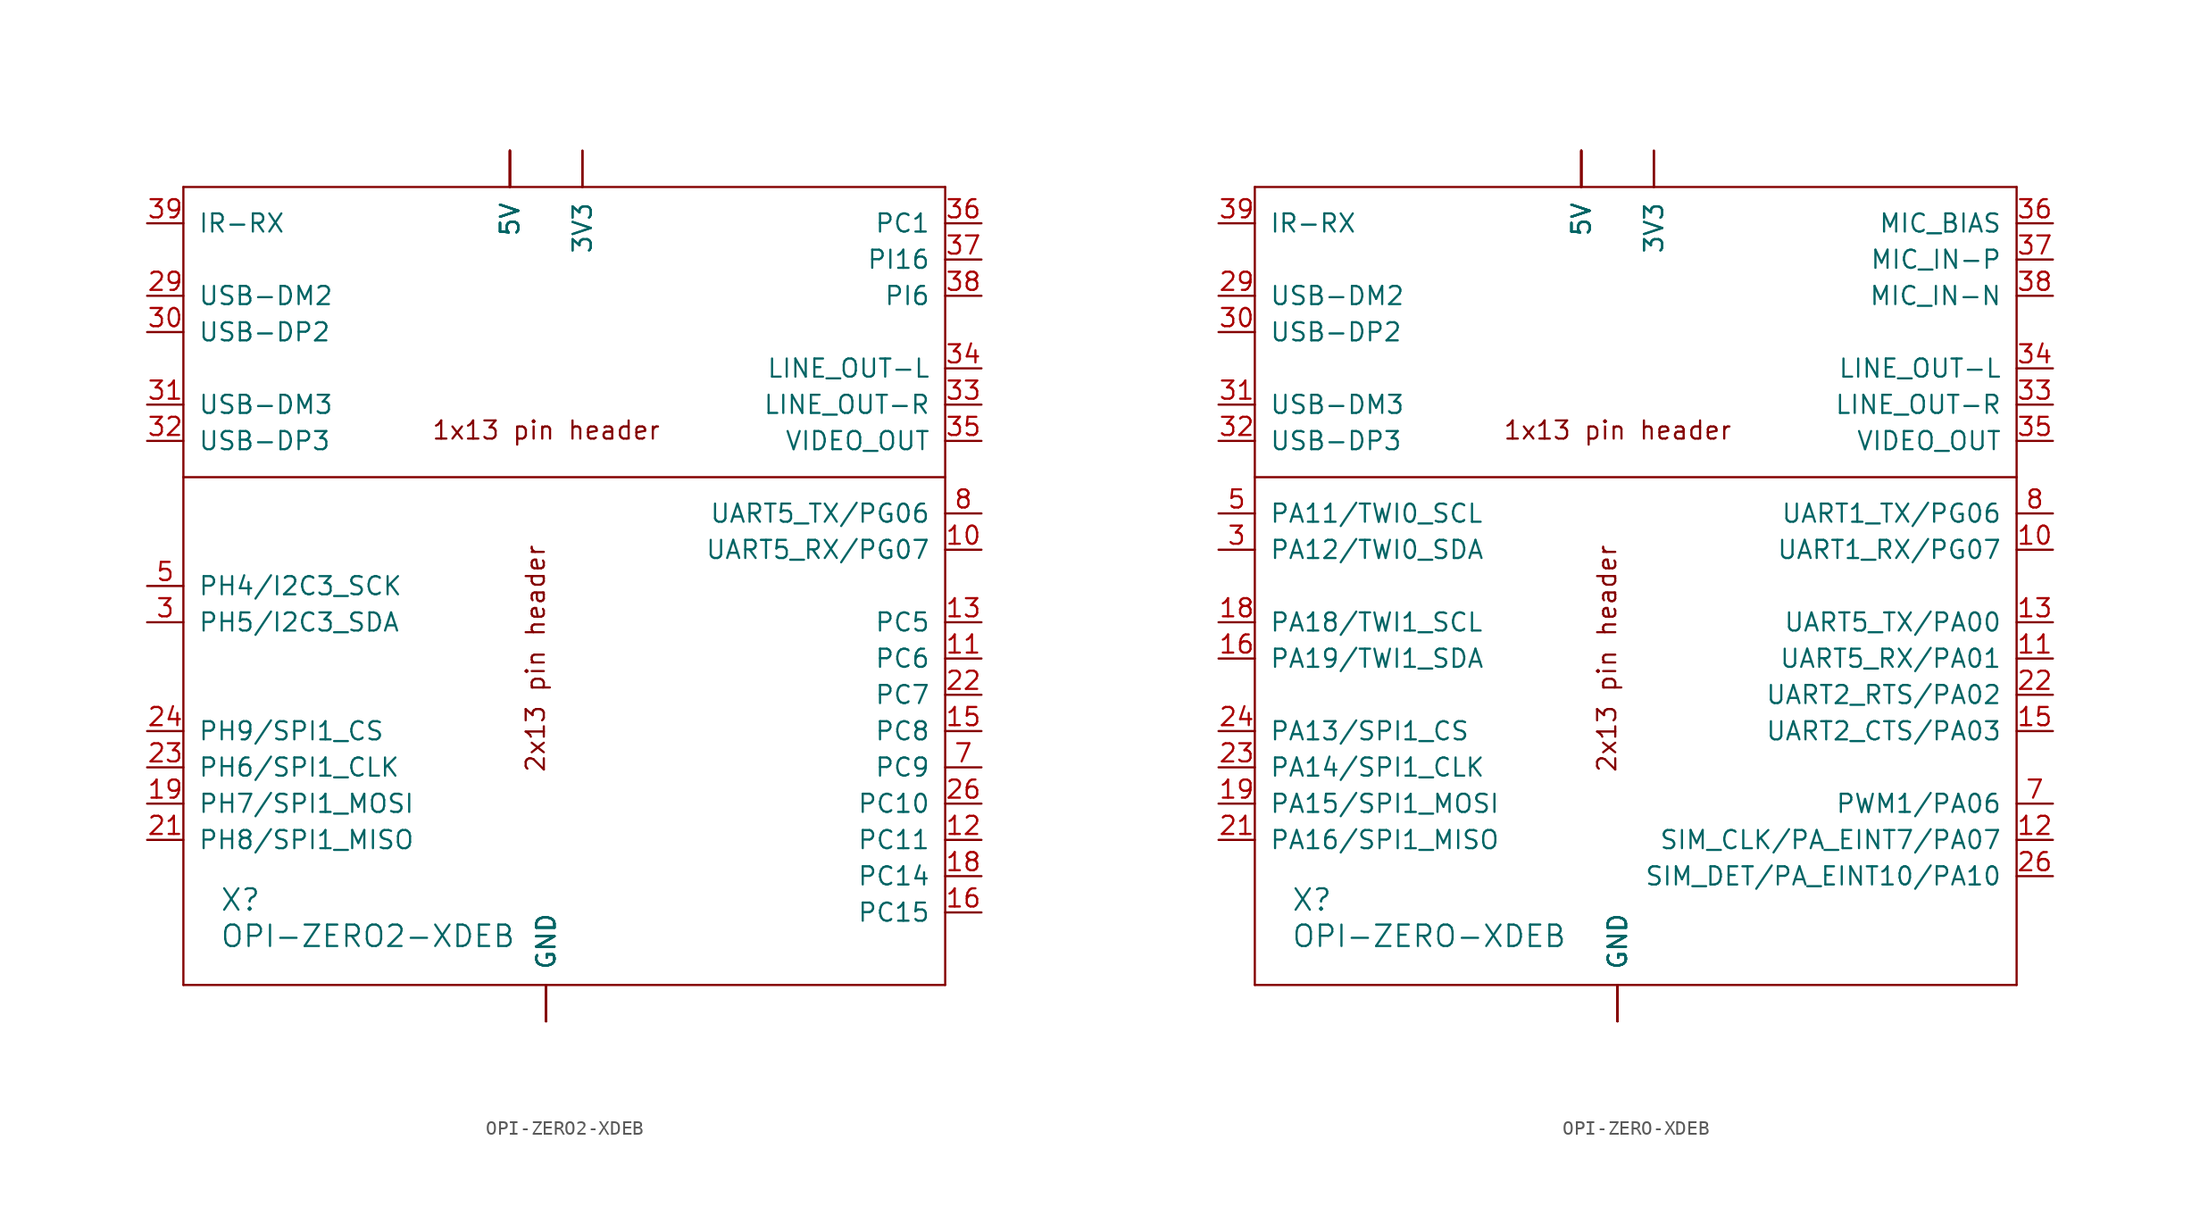
<source format=kicad_sym>
(kicad_symbol_lib
  (version 20211014)
  (generator kicad_symbol_editor)
  (symbol "OPI-ZERO2-XDEB"
    (pin_names
      (offset 1.016))
    (property "Reference" "X"
      (at 2.54 5.08 0)
      (effects (font (size 1.499 1.499)) (justify left bottom)))
    (property "Value" "OPI-ZERO2-XDEB"
      (at 2.54 2.54 0)
      (effects (font (size 1.499 1.499)) (justify left bottom)))
    (symbol "OPI-ZERO2-XDEB_1_0"
      (polyline (pts (xy 0 0) (xy 53.34 0)) (stroke (width 0) (type default) (color 0 0 0 0)) (fill (type none)))
      (polyline (pts (xy 0 35.56) (xy 0 0)) (stroke (width 0) (type default) (color 0 0 0 0)) (fill (type none)))
      (polyline (pts (xy 0 35.56) (xy 53.34 35.56)) (stroke (width 0) (type default) (color 0 0 0 0)) (fill (type none)))
      (polyline (pts (xy 0 55.88) (xy 0 35.56)) (stroke (width 0) (type default) (color 0 0 0 0)) (fill (type none)))
      (polyline (pts (xy 53.34 0) (xy 53.34 35.56)) (stroke (width 0) (type default) (color 0 0 0 0)) (fill (type none)))
      (polyline (pts (xy 53.34 35.56) (xy 53.34 55.88)) (stroke (width 0) (type default) (color 0 0 0 0)) (fill (type none)))
      (polyline (pts (xy 53.34 55.88) (xy 0 55.88)) (stroke (width 0) (type default) (color 0 0 0 0)) (fill (type none)))
      (text "1x13 pin header" (at 25.4 38.1 0) (effects (font (size 1.27 1.27)) (justify bottom)))
      (text "2x13 pin header" (at 25.4 22.86 900) (effects (font (size 1.27 1.27)) (justify bottom)))
      (pin power_in line (at 27.94 58.42 270) (length 2.54) (name "3V3" (effects (font (size 1.27 1.27)))) (number "1" (effects (font (size 0 0)))))
      (pin bidirectional line (at 55.88 30.48 180) (length 2.54) (name "UART5_RX/PG07" (effects (font (size 1.27 1.27)))) (number "10" (effects (font (size 1.27 1.27)))))
      (pin bidirectional line (at 55.88 22.86 180) (length 2.54) (name "PC6" (effects (font (size 1.27 1.27)))) (number "11" (effects (font (size 1.27 1.27)))))
      (pin bidirectional line (at 55.88 10.16 180) (length 2.54) (name "PC11" (effects (font (size 1.27 1.27)))) (number "12" (effects (font (size 1.27 1.27)))))
      (pin bidirectional line (at 55.88 25.4 180) (length 2.54) (name "PC5" (effects (font (size 1.27 1.27)))) (number "13" (effects (font (size 1.27 1.27)))))
      (pin power_in line (at 25.4 -2.54 90) (length 2.54) (name "GND" (effects (font (size 1.27 1.27)))) (number "14" (effects (font (size 0 0)))))
      (pin bidirectional line (at 55.88 17.78 180) (length 2.54) (name "PC8" (effects (font (size 1.27 1.27)))) (number "15" (effects (font (size 1.27 1.27)))))
      (pin bidirectional line (at 55.88 5.08 180) (length 2.54) (name "PC15" (effects (font (size 1.27 1.27)))) (number "16" (effects (font (size 1.27 1.27)))))
      (pin power_in line (at 27.94 58.42 270) (length 2.54) (name "3V3" (effects (font (size 1.27 1.27)))) (number "17" (effects (font (size 0 0)))))
      (pin bidirectional line (at 55.88 7.62 180) (length 2.54) (name "PC14" (effects (font (size 1.27 1.27)))) (number "18" (effects (font (size 1.27 1.27)))))
      (pin bidirectional line (at -2.54 12.7 0) (length 2.54) (name "PH7/SPI1_MOSI" (effects (font (size 1.27 1.27)))) (number "19" (effects (font (size 1.27 1.27)))))
      (pin power_in line (at 22.86 58.42 270) (length 2.54) (name "5V" (effects (font (size 1.27 1.27)))) (number "2" (effects (font (size 0 0)))))
      (pin power_in line (at 25.4 -2.54 90) (length 2.54) (name "GND" (effects (font (size 1.27 1.27)))) (number "20" (effects (font (size 0 0)))))
      (pin bidirectional line (at -2.54 10.16 0) (length 2.54) (name "PH8/SPI1_MISO" (effects (font (size 1.27 1.27)))) (number "21" (effects (font (size 1.27 1.27)))))
      (pin bidirectional line (at 55.88 20.32 180) (length 2.54) (name "PC7" (effects (font (size 1.27 1.27)))) (number "22" (effects (font (size 1.27 1.27)))))
      (pin bidirectional line (at -2.54 15.24 0) (length 2.54) (name "PH6/SPI1_CLK" (effects (font (size 1.27 1.27)))) (number "23" (effects (font (size 1.27 1.27)))))
      (pin bidirectional line (at -2.54 17.78 0) (length 2.54) (name "PH9/SPI1_CS" (effects (font (size 1.27 1.27)))) (number "24" (effects (font (size 1.27 1.27)))))
      (pin power_in line (at 25.4 -2.54 90) (length 2.54) (name "GND" (effects (font (size 1.27 1.27)))) (number "25" (effects (font (size 0 0)))))
      (pin bidirectional line (at 55.88 12.7 180) (length 2.54) (name "PC10" (effects (font (size 1.27 1.27)))) (number "26" (effects (font (size 1.27 1.27)))))
      (pin power_in line (at 22.86 58.42 270) (length 2.54) (name "5V" (effects (font (size 1.27 1.27)))) (number "27" (effects (font (size 0 0)))))
      (pin power_in line (at 22.86 58.42 270) (length 2.54) (name "5V" (effects (font (size 1.27 1.27)))) (number "27" (effects (font (size 0 0)))))
      (pin power_in line (at 25.4 -2.54 90) (length 2.54) (name "GND" (effects (font (size 1.27 1.27)))) (number "28" (effects (font (size 0 0)))))
      (pin bidirectional line (at -2.54 48.26 0) (length 2.54) (name "USB-DM2" (effects (font (size 1.27 1.27)))) (number "29" (effects (font (size 1.27 1.27)))))
      (pin bidirectional line (at -2.54 25.4 0) (length 2.54) (name "PH5/I2C3_SDA" (effects (font (size 1.27 1.27)))) (number "3" (effects (font (size 1.27 1.27)))))
      (pin bidirectional line (at -2.54 45.72 0) (length 2.54) (name "USB-DP2" (effects (font (size 1.27 1.27)))) (number "30" (effects (font (size 1.27 1.27)))))
      (pin bidirectional line (at -2.54 40.64 0) (length 2.54) (name "USB-DM3" (effects (font (size 1.27 1.27)))) (number "31" (effects (font (size 1.27 1.27)))))
      (pin bidirectional line (at -2.54 38.1 0) (length 2.54) (name "USB-DP3" (effects (font (size 1.27 1.27)))) (number "32" (effects (font (size 1.27 1.27)))))
      (pin passive line (at 55.88 40.64 180) (length 2.54) (name "LINE_OUT-R" (effects (font (size 1.27 1.27)))) (number "33" (effects (font (size 1.27 1.27)))))
      (pin passive line (at 55.88 43.18 180) (length 2.54) (name "LINE_OUT-L" (effects (font (size 1.27 1.27)))) (number "34" (effects (font (size 1.27 1.27)))))
      (pin passive line (at 55.88 38.1 180) (length 2.54) (name "VIDEO_OUT" (effects (font (size 1.27 1.27)))) (number "35" (effects (font (size 1.27 1.27)))))
      (pin passive line (at 55.88 53.34 180) (length 2.54) (name "PC1" (effects (font (size 1.27 1.27)))) (number "36" (effects (font (size 1.27 1.27)))))
      (pin passive line (at 55.88 50.8 180) (length 2.54) (name "PI16" (effects (font (size 1.27 1.27)))) (number "37" (effects (font (size 1.27 1.27)))))
      (pin passive line (at 55.88 48.26 180) (length 2.54) (name "PI6" (effects (font (size 1.27 1.27)))) (number "38" (effects (font (size 1.27 1.27)))))
      (pin passive line (at -2.54 53.34 0) (length 2.54) (name "IR-RX" (effects (font (size 1.27 1.27)))) (number "39" (effects (font (size 1.27 1.27)))))
      (pin power_in line (at 22.86 58.42 270) (length 2.54) (name "5V" (effects (font (size 1.27 1.27)))) (number "4" (effects (font (size 0 0)))))
      (pin power_in line (at 22.86 58.42 270) (length 2.54) (name "5V" (effects (font (size 1.27 1.27)))) (number "4" (effects (font (size 0 0)))))
      (pin bidirectional line (at -2.54 27.94 0) (length 2.54) (name "PH4/I2C3_SCK" (effects (font (size 1.27 1.27)))) (number "5" (effects (font (size 1.27 1.27)))))
      (pin power_in line (at 25.4 -2.54 90) (length 2.54) (name "GND" (effects (font (size 1.27 1.27)))) (number "6" (effects (font (size 0 0)))))
      (pin bidirectional line (at 55.88 15.24 180) (length 2.54) (name "PC9" (effects (font (size 1.27 1.27)))) (number "7" (effects (font (size 1.27 1.27)))))
      (pin bidirectional line (at 55.88 33.02 180) (length 2.54) (name "UART5_TX/PG06" (effects (font (size 1.27 1.27)))) (number "8" (effects (font (size 1.27 1.27)))))
      (pin power_in line (at 25.4 -2.54 90) (length 2.54) (name "GND" (effects (font (size 1.27 1.27)))) (number "9" (effects (font (size 0 0)))))))
  (symbol "OPI-ZERO-XDEB"
    (pin_names
      (offset 1.016))
    (property "Reference" "X"
      (at 2.54 5.08 0)
      (effects (font (size 1.499 1.499)) (justify left bottom)))
    (property "Value" "OPI-ZERO-XDEB"
      (at 2.54 2.54 0)
      (effects (font (size 1.499 1.499)) (justify left bottom)))
    (symbol "OPI-ZERO-XDEB_1_0"
      (polyline (pts (xy 0 0) (xy 53.34 0)) (stroke (width 0) (type default) (color 0 0 0 0)) (fill (type none)))
      (polyline (pts (xy 0 35.56) (xy 0 0)) (stroke (width 0) (type default) (color 0 0 0 0)) (fill (type none)))
      (polyline (pts (xy 0 35.56) (xy 53.34 35.56)) (stroke (width 0) (type default) (color 0 0 0 0)) (fill (type none)))
      (polyline (pts (xy 0 55.88) (xy 0 35.56)) (stroke (width 0) (type default) (color 0 0 0 0)) (fill (type none)))
      (polyline (pts (xy 53.34 0) (xy 53.34 35.56)) (stroke (width 0) (type default) (color 0 0 0 0)) (fill (type none)))
      (polyline (pts (xy 53.34 35.56) (xy 53.34 55.88)) (stroke (width 0) (type default) (color 0 0 0 0)) (fill (type none)))
      (polyline (pts (xy 53.34 55.88) (xy 0 55.88)) (stroke (width 0) (type default) (color 0 0 0 0)) (fill (type none)))
      (text "1x13 pin header" (at 25.4 38.1 0) (effects (font (size 1.27 1.27)) (justify bottom)))
      (text "2x13 pin header" (at 25.4 22.86 900) (effects (font (size 1.27 1.27)) (justify bottom)))
      (pin power_in line (at 27.94 58.42 270) (length 2.54) (name "3V3" (effects (font (size 1.27 1.27)))) (number "1" (effects (font (size 0 0)))))
      (pin bidirectional line (at 55.88 30.48 180) (length 2.54) (name "UART1_RX/PG07" (effects (font (size 1.27 1.27)))) (number "10" (effects (font (size 1.27 1.27)))))
      (pin bidirectional line (at 55.88 22.86 180) (length 2.54) (name "UART5_RX/PA01" (effects (font (size 1.27 1.27)))) (number "11" (effects (font (size 1.27 1.27)))))
      (pin bidirectional line (at 55.88 10.16 180) (length 2.54) (name "SIM_CLK/PA_EINT7/PA07" (effects (font (size 1.27 1.27)))) (number "12" (effects (font (size 1.27 1.27)))))
      (pin bidirectional line (at 55.88 25.4 180) (length 2.54) (name "UART5_TX/PA00" (effects (font (size 1.27 1.27)))) (number "13" (effects (font (size 1.27 1.27)))))
      (pin power_in line (at 25.4 -2.54 90) (length 2.54) (name "GND" (effects (font (size 1.27 1.27)))) (number "14" (effects (font (size 0 0)))))
      (pin bidirectional line (at 55.88 17.78 180) (length 2.54) (name "UART2_CTS/PA03" (effects (font (size 1.27 1.27)))) (number "15" (effects (font (size 1.27 1.27)))))
      (pin bidirectional line (at -2.54 22.86 0) (length 2.54) (name "PA19/TWI1_SDA" (effects (font (size 1.27 1.27)))) (number "16" (effects (font (size 1.27 1.27)))))
      (pin power_in line (at 27.94 58.42 270) (length 2.54) (name "3V3" (effects (font (size 1.27 1.27)))) (number "17" (effects (font (size 0 0)))))
      (pin bidirectional line (at -2.54 25.4 0) (length 2.54) (name "PA18/TWI1_SCL" (effects (font (size 1.27 1.27)))) (number "18" (effects (font (size 1.27 1.27)))))
      (pin bidirectional line (at -2.54 12.7 0) (length 2.54) (name "PA15/SPI1_MOSI" (effects (font (size 1.27 1.27)))) (number "19" (effects (font (size 1.27 1.27)))))
      (pin power_in line (at 22.86 58.42 270) (length 2.54) (name "5V" (effects (font (size 1.27 1.27)))) (number "2" (effects (font (size 0 0)))))
      (pin power_in line (at 25.4 -2.54 90) (length 2.54) (name "GND" (effects (font (size 1.27 1.27)))) (number "20" (effects (font (size 0 0)))))
      (pin bidirectional line (at -2.54 10.16 0) (length 2.54) (name "PA16/SPI1_MISO" (effects (font (size 1.27 1.27)))) (number "21" (effects (font (size 1.27 1.27)))))
      (pin bidirectional line (at 55.88 20.32 180) (length 2.54) (name "UART2_RTS/PA02" (effects (font (size 1.27 1.27)))) (number "22" (effects (font (size 1.27 1.27)))))
      (pin bidirectional line (at -2.54 15.24 0) (length 2.54) (name "PA14/SPI1_CLK" (effects (font (size 1.27 1.27)))) (number "23" (effects (font (size 1.27 1.27)))))
      (pin bidirectional line (at -2.54 17.78 0) (length 2.54) (name "PA13/SPI1_CS" (effects (font (size 1.27 1.27)))) (number "24" (effects (font (size 1.27 1.27)))))
      (pin power_in line (at 25.4 -2.54 90) (length 2.54) (name "GND" (effects (font (size 1.27 1.27)))) (number "25" (effects (font (size 0 0)))))
      (pin bidirectional line (at 55.88 7.62 180) (length 2.54) (name "SIM_DET/PA_EINT10/PA10" (effects (font (size 1.27 1.27)))) (number "26" (effects (font (size 1.27 1.27)))))
      (pin power_in line (at 22.86 58.42 270) (length 2.54) (name "5V" (effects (font (size 1.27 1.27)))) (number "27" (effects (font (size 0 0)))))
      (pin power_in line (at 22.86 58.42 270) (length 2.54) (name "5V" (effects (font (size 1.27 1.27)))) (number "27" (effects (font (size 0 0)))))
      (pin power_in line (at 25.4 -2.54 90) (length 2.54) (name "GND" (effects (font (size 1.27 1.27)))) (number "28" (effects (font (size 0 0)))))
      (pin bidirectional line (at -2.54 48.26 0) (length 2.54) (name "USB-DM2" (effects (font (size 1.27 1.27)))) (number "29" (effects (font (size 1.27 1.27)))))
      (pin bidirectional line (at -2.54 30.48 0) (length 2.54) (name "PA12/TWI0_SDA" (effects (font (size 1.27 1.27)))) (number "3" (effects (font (size 1.27 1.27)))))
      (pin bidirectional line (at -2.54 45.72 0) (length 2.54) (name "USB-DP2" (effects (font (size 1.27 1.27)))) (number "30" (effects (font (size 1.27 1.27)))))
      (pin bidirectional line (at -2.54 40.64 0) (length 2.54) (name "USB-DM3" (effects (font (size 1.27 1.27)))) (number "31" (effects (font (size 1.27 1.27)))))
      (pin bidirectional line (at -2.54 38.1 0) (length 2.54) (name "USB-DP3" (effects (font (size 1.27 1.27)))) (number "32" (effects (font (size 1.27 1.27)))))
      (pin passive line (at 55.88 40.64 180) (length 2.54) (name "LINE_OUT-R" (effects (font (size 1.27 1.27)))) (number "33" (effects (font (size 1.27 1.27)))))
      (pin passive line (at 55.88 43.18 180) (length 2.54) (name "LINE_OUT-L" (effects (font (size 1.27 1.27)))) (number "34" (effects (font (size 1.27 1.27)))))
      (pin passive line (at 55.88 38.1 180) (length 2.54) (name "VIDEO_OUT" (effects (font (size 1.27 1.27)))) (number "35" (effects (font (size 1.27 1.27)))))
      (pin passive line (at 55.88 53.34 180) (length 2.54) (name "MIC_BIAS" (effects (font (size 1.27 1.27)))) (number "36" (effects (font (size 1.27 1.27)))))
      (pin passive line (at 55.88 50.8 180) (length 2.54) (name "MIC_IN-P" (effects (font (size 1.27 1.27)))) (number "37" (effects (font (size 1.27 1.27)))))
      (pin passive line (at 55.88 48.26 180) (length 2.54) (name "MIC_IN-N" (effects (font (size 1.27 1.27)))) (number "38" (effects (font (size 1.27 1.27)))))
      (pin passive line (at -2.54 53.34 0) (length 2.54) (name "IR-RX" (effects (font (size 1.27 1.27)))) (number "39" (effects (font (size 1.27 1.27)))))
      (pin power_in line (at 22.86 58.42 270) (length 2.54) (name "5V" (effects (font (size 1.27 1.27)))) (number "4" (effects (font (size 0 0)))))
      (pin power_in line (at 22.86 58.42 270) (length 2.54) (name "5V" (effects (font (size 1.27 1.27)))) (number "4" (effects (font (size 0 0)))))
      (pin bidirectional line (at -2.54 33.02 0) (length 2.54) (name "PA11/TWI0_SCL" (effects (font (size 1.27 1.27)))) (number "5" (effects (font (size 1.27 1.27)))))
      (pin power_in line (at 25.4 -2.54 90) (length 2.54) (name "GND" (effects (font (size 1.27 1.27)))) (number "6" (effects (font (size 0 0)))))
      (pin bidirectional line (at 55.88 12.7 180) (length 2.54) (name "PWM1/PA06" (effects (font (size 1.27 1.27)))) (number "7" (effects (font (size 1.27 1.27)))))
      (pin bidirectional line (at 55.88 33.02 180) (length 2.54) (name "UART1_TX/PG06" (effects (font (size 1.27 1.27)))) (number "8" (effects (font (size 1.27 1.27)))))
      (pin power_in line (at 25.4 -2.54 90) (length 2.54) (name "GND" (effects (font (size 1.27 1.27)))) (number "9" (effects (font (size 0 0))))))))
</source>
